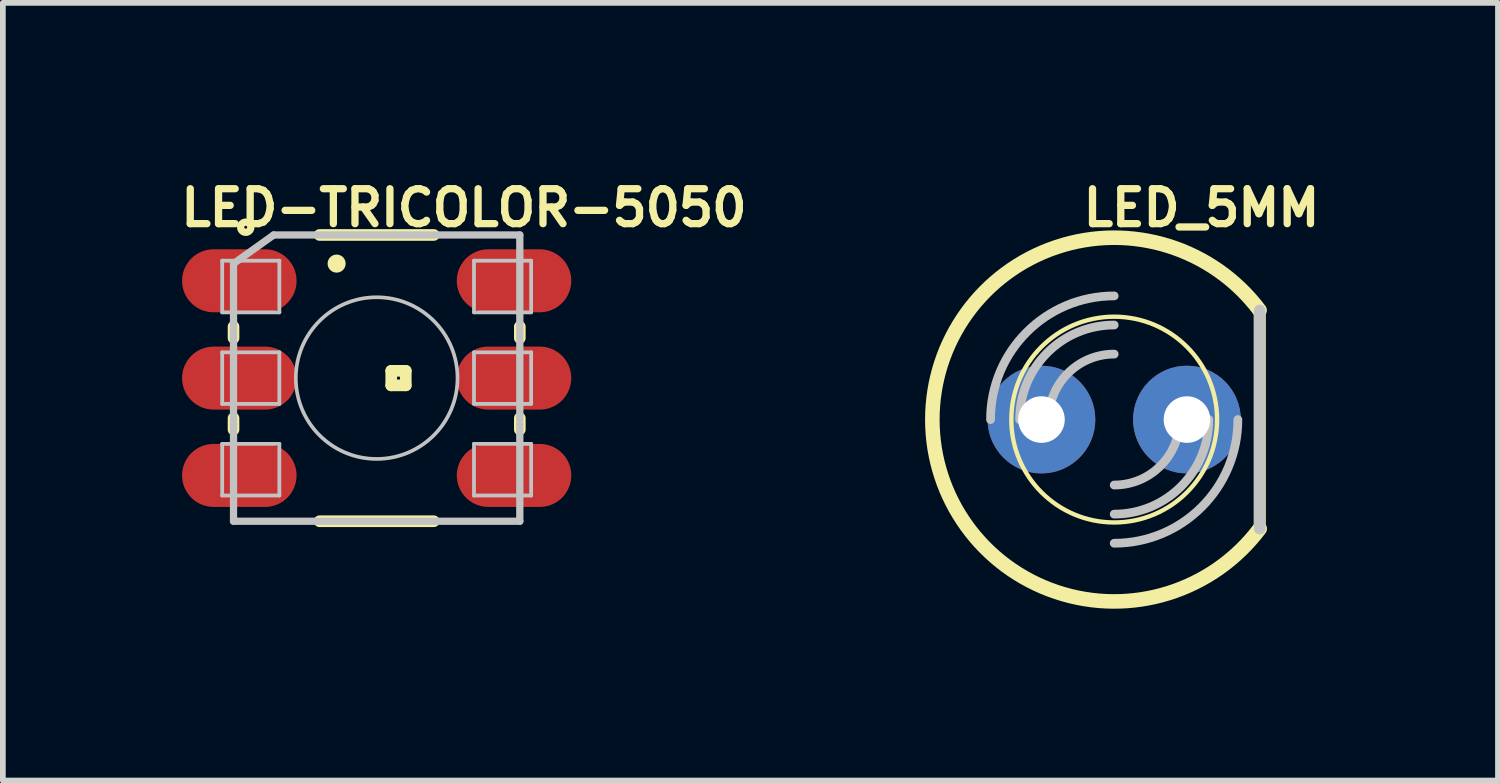
<source format=kicad_pcb>
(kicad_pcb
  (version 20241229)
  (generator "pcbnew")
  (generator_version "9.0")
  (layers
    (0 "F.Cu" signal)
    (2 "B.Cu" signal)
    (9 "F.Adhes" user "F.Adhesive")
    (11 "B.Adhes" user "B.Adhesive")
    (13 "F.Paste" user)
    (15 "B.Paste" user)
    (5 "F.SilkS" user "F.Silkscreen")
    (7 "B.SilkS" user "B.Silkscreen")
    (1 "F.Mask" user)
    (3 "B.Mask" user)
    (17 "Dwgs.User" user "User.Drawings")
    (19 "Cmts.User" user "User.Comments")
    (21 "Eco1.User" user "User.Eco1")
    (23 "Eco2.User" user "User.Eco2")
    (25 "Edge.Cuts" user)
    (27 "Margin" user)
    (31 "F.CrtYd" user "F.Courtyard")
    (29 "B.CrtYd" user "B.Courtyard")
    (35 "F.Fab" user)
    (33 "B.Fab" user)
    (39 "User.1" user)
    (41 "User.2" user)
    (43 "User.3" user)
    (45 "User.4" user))
  (footprint "LED-TRICOLOR-5050"
    (layer "F.Cu")
    (at 3.526 3.551)
    (property "Reference" "LED-TRICOLOR-5050" (at 1.524 -2.972 0) (layer "F.SilkS") (effects (font (size 0.61 0.61) (thickness 0.127))))
    (attr smd)
    (fp_line (start -2.499 -0.699) (end -2.499 -0.899) (stroke (width 0.203) (type solid)) (layer "F.SilkS"))
    (fp_line (start -2.499 0.899) (end -2.499 0.699) (stroke (width 0.203) (type solid)) (layer "F.SilkS"))
    (fp_line (start -0.998 -2.499) (end 0.998 -2.499) (stroke (width 0.203) (type solid)) (layer "F.SilkS"))
    (fp_line (start -0.998 2.499) (end 0.998 2.499) (stroke (width 0.203) (type solid)) (layer "F.SilkS"))
    (fp_line (start 0.254 -0.127) (end 0.508 -0.127) (stroke (width 0.203) (type solid)) (layer "F.SilkS"))
    (fp_line (start 0.254 0.127) (end 0.254 -0.127) (stroke (width 0.203) (type solid)) (layer "F.SilkS"))
    (fp_line (start 0.508 -0.127) (end 0.508 0.127) (stroke (width 0.203) (type solid)) (layer "F.SilkS"))
    (fp_line (start 0.508 0.127) (end 0.254 0.127) (stroke (width 0.203) (type solid)) (layer "F.SilkS"))
    (fp_line (start 2.499 -0.699) (end 2.499 -0.899) (stroke (width 0.203) (type solid)) (layer "F.SilkS"))
    (fp_line (start 2.499 0.899) (end 2.499 0.699) (stroke (width 0.203) (type solid)) (layer "F.SilkS"))
    (fp_circle (center -2.286 -2.634) (end -2.349 -2.697) (stroke (width 0.127) (type solid)) (fill no) (layer "F.SilkS"))
    (fp_circle (center -0.699 -1.999) (end -0.81 -2.111) (stroke (width 0) (type solid)) (fill yes) (layer "F.SilkS"))
    (fp_line (start -2.697 -2.05) (end -1.699 -2.05) (stroke (width 0.066) (type solid)) (layer "Dwgs.User"))
    (fp_line (start -2.697 -1.148) (end -2.697 -2.05) (stroke (width 0.066) (type solid)) (layer "Dwgs.User"))
    (fp_line (start -2.697 -1.148) (end -1.699 -1.148) (stroke (width 0.066) (type solid)) (layer "Dwgs.User"))
    (fp_line (start -2.697 -0.45) (end -1.699 -0.45) (stroke (width 0.066) (type solid)) (layer "Dwgs.User"))
    (fp_line (start -2.697 0.45) (end -2.697 -0.45) (stroke (width 0.066) (type solid)) (layer "Dwgs.User"))
    (fp_line (start -2.697 0.45) (end -1.699 0.45) (stroke (width 0.066) (type solid)) (layer "Dwgs.User"))
    (fp_line (start -2.697 1.148) (end -1.699 1.148) (stroke (width 0.066) (type solid)) (layer "Dwgs.User"))
    (fp_line (start -2.697 2.05) (end -2.697 1.148) (stroke (width 0.066) (type solid)) (layer "Dwgs.User"))
    (fp_line (start -2.697 2.05) (end -1.699 2.05) (stroke (width 0.066) (type solid)) (layer "Dwgs.User"))
    (fp_line (start -2.499 -1.999) (end -1.798 -2.499) (stroke (width 0.127) (type solid)) (layer "Dwgs.User"))
    (fp_line (start -2.499 2.499) (end -2.499 -1.999) (stroke (width 0.127) (type solid)) (layer "Dwgs.User"))
    (fp_line (start -1.798 -2.499) (end 2.499 -2.499) (stroke (width 0.127) (type solid)) (layer "Dwgs.User"))
    (fp_line (start -1.699 -1.148) (end -1.699 -2.05) (stroke (width 0.066) (type solid)) (layer "Dwgs.User"))
    (fp_line (start -1.699 0.45) (end -1.699 -0.45) (stroke (width 0.066) (type solid)) (layer "Dwgs.User"))
    (fp_line (start -1.699 2.05) (end -1.699 1.148) (stroke (width 0.066) (type solid)) (layer "Dwgs.User"))
    (fp_line (start 1.699 -2.05) (end 2.697 -2.05) (stroke (width 0.066) (type solid)) (layer "Dwgs.User"))
    (fp_line (start 1.699 -1.148) (end 1.699 -2.05) (stroke (width 0.066) (type solid)) (layer "Dwgs.User"))
    (fp_line (start 1.699 -1.148) (end 2.697 -1.148) (stroke (width 0.066) (type solid)) (layer "Dwgs.User"))
    (fp_line (start 1.699 -0.45) (end 2.697 -0.45) (stroke (width 0.066) (type solid)) (layer "Dwgs.User"))
    (fp_line (start 1.699 0.45) (end 1.699 -0.45) (stroke (width 0.066) (type solid)) (layer "Dwgs.User"))
    (fp_line (start 1.699 0.45) (end 2.697 0.45) (stroke (width 0.066) (type solid)) (layer "Dwgs.User"))
    (fp_line (start 1.699 1.148) (end 2.697 1.148) (stroke (width 0.066) (type solid)) (layer "Dwgs.User"))
    (fp_line (start 1.699 2.05) (end 1.699 1.148) (stroke (width 0.066) (type solid)) (layer "Dwgs.User"))
    (fp_line (start 1.699 2.05) (end 2.697 2.05) (stroke (width 0.066) (type solid)) (layer "Dwgs.User"))
    (fp_line (start 2.499 -2.499) (end 2.499 2.499) (stroke (width 0.127) (type solid)) (layer "Dwgs.User"))
    (fp_line (start 2.499 2.499) (end -2.499 2.499) (stroke (width 0.127) (type solid)) (layer "Dwgs.User"))
    (fp_line (start 2.697 -1.148) (end 2.697 -2.05) (stroke (width 0.066) (type solid)) (layer "Dwgs.User"))
    (fp_line (start 2.697 0.45) (end 2.697 -0.45) (stroke (width 0.066) (type solid)) (layer "Dwgs.User"))
    (fp_line (start 2.697 2.05) (end 2.697 1.148) (stroke (width 0.066) (type solid)) (layer "Dwgs.User"))
    (fp_circle (center 0 0) (end -0.998 0.998) (stroke (width 0.064) (type solid)) (fill no) (layer "Dwgs.User"))
    (pad "1" smd oval (at -2.398 -1.699) (size 1.999 1.1) (layers "F.Cu" "F.Mask" "F.Paste"))
    (pad "2" smd oval (at -2.398 0) (size 1.999 1.1) (layers "F.Cu" "F.Mask" "F.Paste"))
    (pad "3" smd oval (at -2.398 1.699) (size 1.999 1.1) (layers "F.Cu" "F.Mask" "F.Paste"))
    (pad "4" smd oval (at 2.398 1.699) (size 1.999 1.1) (layers "F.Cu" "F.Mask" "F.Paste"))
    (pad "5" smd oval (at 2.398 0) (size 1.999 1.1) (layers "F.Cu" "F.Mask" "F.Paste"))
    (pad "6" smd oval (at 2.398 -1.699) (size 1.999 1.1) (layers "F.Cu" "F.Mask" "F.Paste")))
  (footprint "LED_5MM"
    (layer "F.Cu")
    (at 16.402 4.275)
    (property "Reference" "LED_5MM" (at 1.524 -3.696 0) (layer "F.SilkS") (effects (font (size 0.61 0.61) (thickness 0.127))))
    (attr exclude_from_pos_files exclude_from_bom)
    (fp_line (start 2.54 1.905) (end 2.54 -1.905) (stroke (width 0.203) (type solid)) (layer "F.SilkS"))
    (fp_line (start 2.54 1.905) (end 2.54 -1.905) (stroke (width 0.203) (type solid)) (layer "F.SilkS"))
    (fp_arc (start 2.54 1.905) (mid -3.175 0.001668) (end 2.537997 -1.907668) (stroke (width 0.254) (type solid)) (layer "F.SilkS"))
    (fp_circle (center 0 0) (end -1.27 1.27) (stroke (width 0.076) (type solid)) (fill no) (layer "F.SilkS"))
    (fp_line (start 2.54 1.905) (end 2.54 -1.905) (stroke (width 0.203) (type solid)) (layer "Dwgs.User"))
    (fp_arc (start -2.159 0) (mid -1.526644 -1.526644) (end 0 -2.159) (stroke (width 0.1524) (type solid)) (layer "Dwgs.User"))
    (fp_arc (start -1.651 0) (mid -1.167433 -1.167433) (end 0 -1.651) (stroke (width 0.1524) (type solid)) (layer "Dwgs.User"))
    (fp_arc (start -1.143 0) (mid -0.808223 -0.808223) (end 0 -1.143) (stroke (width 0.1524) (type solid)) (layer "Dwgs.User"))
    (fp_arc (start 1.143 0) (mid 0.808223 0.808223) (end 0 1.143) (stroke (width 0.1524) (type solid)) (layer "Dwgs.User"))
    (fp_arc (start 1.651 0) (mid 1.167433 1.167433) (end 0 1.651) (stroke (width 0.1524) (type solid)) (layer "Dwgs.User"))
    (fp_arc (start 2.159 0) (mid 1.526644 1.526644) (end 0 2.159) (stroke (width 0.1524) (type solid)) (layer "Dwgs.User"))
    (pad "A" thru_hole circle (at -1.27 0) (size 1.88 1.88) (drill 0.813) (layers "*.Cu" "*.Paste" "*.Mask"))
    (pad "K" thru_hole circle (at 1.27 0) (size 1.88 1.88) (drill 0.813) (layers "*.Cu" "*.Paste" "*.Mask")))
  (gr_rect
    (start -3 -3)
    (end 23.102 10.577)
    (stroke (width 0.1) (type default))
    (fill no)
    (layer "Edge.Cuts")))
</source>
